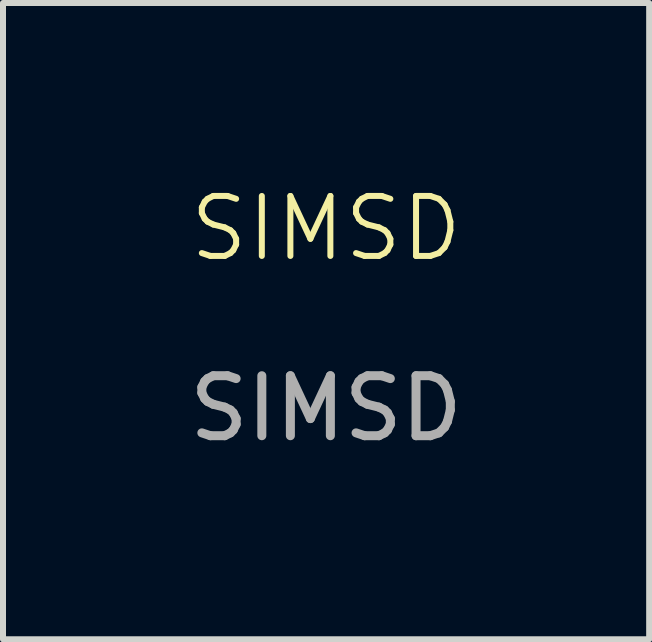
<source format=kicad_pcb>
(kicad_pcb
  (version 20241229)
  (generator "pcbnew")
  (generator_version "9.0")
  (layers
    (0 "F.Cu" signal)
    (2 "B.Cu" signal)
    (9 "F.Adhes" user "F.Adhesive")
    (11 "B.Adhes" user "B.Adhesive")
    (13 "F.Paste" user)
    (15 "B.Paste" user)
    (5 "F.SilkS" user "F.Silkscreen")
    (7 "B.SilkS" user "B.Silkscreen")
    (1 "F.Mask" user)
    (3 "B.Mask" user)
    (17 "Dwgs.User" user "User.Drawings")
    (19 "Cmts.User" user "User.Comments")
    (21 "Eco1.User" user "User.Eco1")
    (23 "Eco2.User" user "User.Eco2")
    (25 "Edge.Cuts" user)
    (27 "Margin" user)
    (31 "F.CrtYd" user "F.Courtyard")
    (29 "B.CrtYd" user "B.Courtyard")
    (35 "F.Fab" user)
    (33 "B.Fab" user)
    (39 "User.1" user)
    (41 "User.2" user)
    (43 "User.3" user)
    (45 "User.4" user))
  (footprint "SIMSD"
    (layer "F.Cu")
    (at 2.387 1.26)
    (property "Reference" "SIMSD" (at 0 -0.5 0) (unlocked yes) (layer "F.SilkS") (effects (font (size 1 1) (thickness 0.1))))
    (attr through_hole)
    (fp_text user "${REFERENCE}" (at 0 2.5 0) (unlocked yes) (layer "F.Fab") (effects (font (size 1 1) (thickness 0.15)))))
  (gr_rect
    (start -3 -3)
    (end 7.774 7.609)
    (stroke (width 0.1) (type default))
    (fill no)
    (layer "Edge.Cuts")))
</source>
